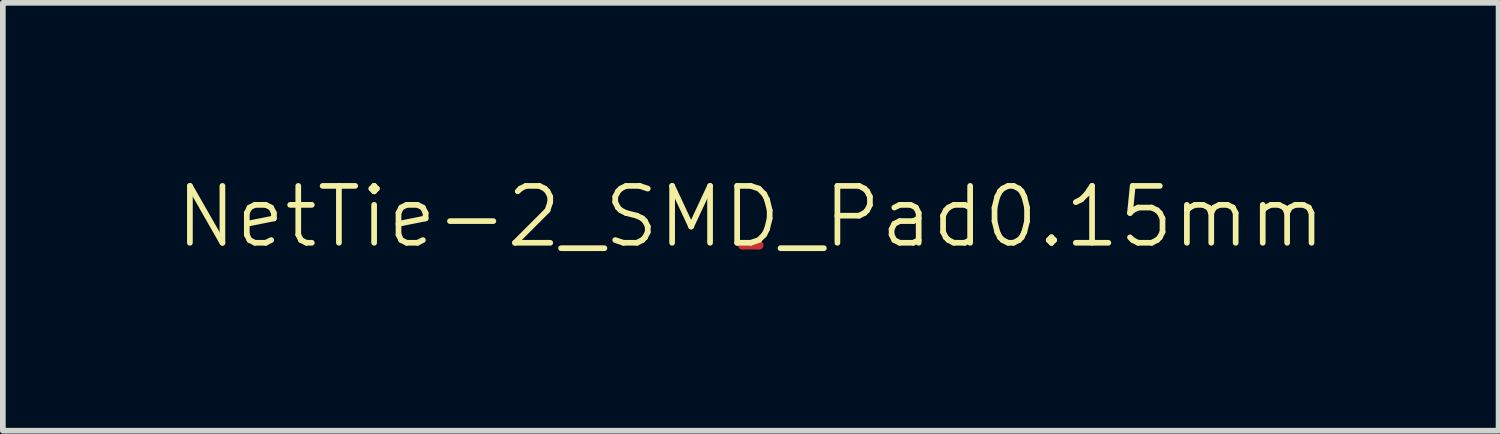
<source format=kicad_pcb>
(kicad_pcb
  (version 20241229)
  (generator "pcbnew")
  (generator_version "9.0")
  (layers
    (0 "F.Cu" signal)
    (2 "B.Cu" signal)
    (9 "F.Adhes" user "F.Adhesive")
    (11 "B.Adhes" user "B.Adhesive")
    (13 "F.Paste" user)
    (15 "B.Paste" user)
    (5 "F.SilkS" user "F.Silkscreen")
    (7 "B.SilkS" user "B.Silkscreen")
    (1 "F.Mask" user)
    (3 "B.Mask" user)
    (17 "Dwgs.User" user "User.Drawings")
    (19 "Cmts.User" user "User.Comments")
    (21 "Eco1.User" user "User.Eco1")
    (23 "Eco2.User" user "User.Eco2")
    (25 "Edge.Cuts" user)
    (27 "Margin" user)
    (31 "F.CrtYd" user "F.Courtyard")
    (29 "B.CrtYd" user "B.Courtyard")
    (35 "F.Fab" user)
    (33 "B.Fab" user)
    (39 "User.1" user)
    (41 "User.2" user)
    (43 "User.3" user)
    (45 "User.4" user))
  (footprint "NetTie-2_SMD_Pad0.15mm"
    (layer "F.Cu")
    (at 10.145 1.26)
    (property "Reference" "NetTie-2_SMD_Pad0.15mm" (at 0 -0.5 0) (unlocked yes) (layer "F.SilkS") (effects (font (size 1 1) (thickness 0.1))))
    (attr smd exclude_from_pos_files exclude_from_bom allow_missing_courtyard)
    (pad "1" smd circle (at -0.15 0) (size 0.15 0.15) (layers "F.Cu"))
    (pad "1" smd rect (at 0 0 270) (size 0.15 0.3) (layers "F.Cu"))
    (pad "2" smd circle (at 0.15 0) (size 0.15 0.15) (layers "F.Cu")))
  (gr_rect
    (start -3 -3)
    (end 23.29 4.521)
    (stroke (width 0.1) (type default))
    (fill no)
    (layer "Edge.Cuts")))
</source>
